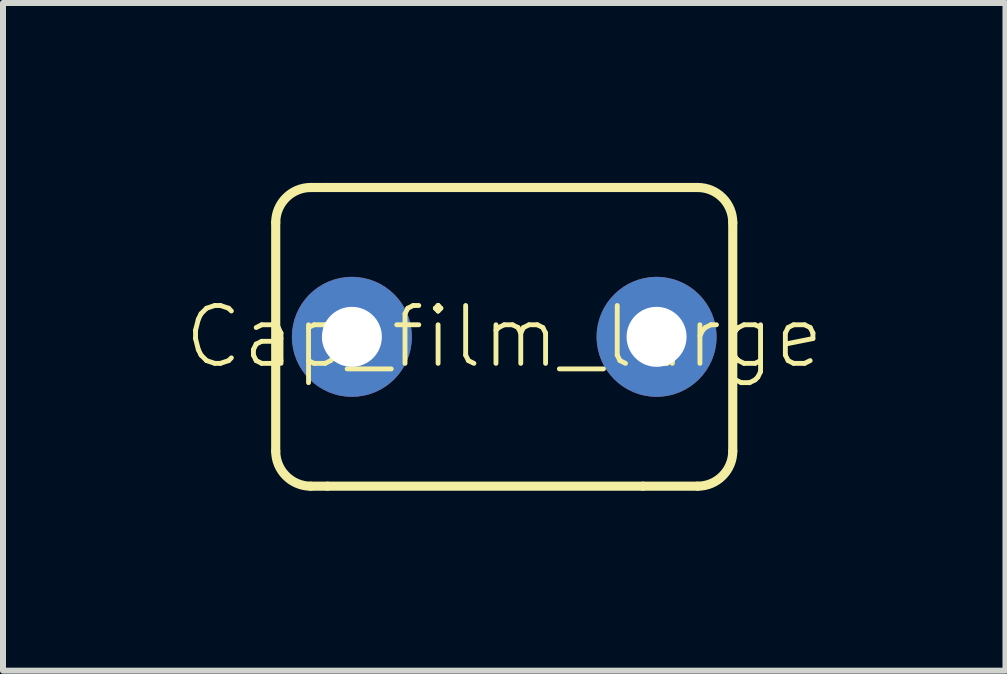
<source format=kicad_pcb>
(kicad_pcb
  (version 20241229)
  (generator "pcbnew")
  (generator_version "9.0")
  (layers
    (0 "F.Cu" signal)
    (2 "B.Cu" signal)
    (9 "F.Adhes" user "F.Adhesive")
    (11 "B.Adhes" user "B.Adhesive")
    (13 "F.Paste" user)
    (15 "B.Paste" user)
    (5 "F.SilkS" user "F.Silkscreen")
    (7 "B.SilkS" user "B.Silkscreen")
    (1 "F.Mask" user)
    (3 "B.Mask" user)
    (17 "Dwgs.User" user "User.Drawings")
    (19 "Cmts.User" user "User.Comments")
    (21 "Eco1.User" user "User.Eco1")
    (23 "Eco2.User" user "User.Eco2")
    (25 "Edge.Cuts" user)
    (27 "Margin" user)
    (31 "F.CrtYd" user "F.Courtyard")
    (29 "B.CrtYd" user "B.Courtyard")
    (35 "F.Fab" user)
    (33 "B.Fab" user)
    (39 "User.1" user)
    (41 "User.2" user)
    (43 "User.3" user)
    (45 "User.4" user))
  (footprint "Cap_film_large"
    (layer "F.Cu")
    (at 5.357 2.566)
    (property "Reference" "Cap_film_large" (at 0 0 0) (layer "F.SilkS") (effects (font (size 0.965 0.965) (thickness 0.081))))
    (attr through_hole)
    (fp_line (start -3.81 1.905) (end -3.81 -1.905) (stroke (width 0.152) (type solid)) (layer "F.SilkS"))
    (fp_line (start -3.225 -2.49) (end -2.948 -2.49) (stroke (width 0.152) (type solid)) (layer "F.SilkS"))
    (fp_line (start -2.948 -2.49) (end 2.948 -2.49) (stroke (width 0.152) (type solid)) (layer "F.SilkS"))
    (fp_line (start -2.948 2.49) (end -3.225 2.49) (stroke (width 0.152) (type solid)) (layer "F.SilkS"))
    (fp_line (start 2.313 2.49) (end -2.948 2.49) (stroke (width 0.152) (type solid)) (layer "F.SilkS"))
    (fp_line (start 2.948 -2.49) (end 3.225 -2.49) (stroke (width 0.152) (type solid)) (layer "F.SilkS"))
    (fp_line (start 3.225 2.49) (end 2.313 2.49) (stroke (width 0.152) (type solid)) (layer "F.SilkS"))
    (fp_line (start 3.81 -1.905) (end 3.81 1.905) (stroke (width 0.152) (type solid)) (layer "F.SilkS"))
    (fp_arc (start -3.81 -1.905) (mid -3.638657 -2.318657) (end -3.225 -2.49) (stroke (width 0.1524) (type solid)) (layer "F.SilkS"))
    (fp_arc (start -3.225 2.49) (mid -3.638657 2.318657) (end -3.81 1.905) (stroke (width 0.1524) (type solid)) (layer "F.SilkS"))
    (fp_arc (start 3.225 -2.49) (mid 3.638657 -2.318657) (end 3.81 -1.905) (stroke (width 0.1524) (type solid)) (layer "F.SilkS"))
    (fp_arc (start 3.81 1.905) (mid 3.638657 2.318657) (end 3.225 2.49) (stroke (width 0.1524) (type solid)) (layer "F.SilkS"))
    (pad "1" thru_hole oval (at -2.54 0) (size 2 2) (drill 1) (layers "*.Cu" "*.Mask"))
    (pad "2" thru_hole oval (at 2.54 0) (size 2 2) (drill 1) (layers "*.Cu" "*.Mask")))
  (gr_rect
    (start -3 -3)
    (end 13.714 8.132)
    (stroke (width 0.1) (type default))
    (fill no)
    (layer "Edge.Cuts")))
</source>
